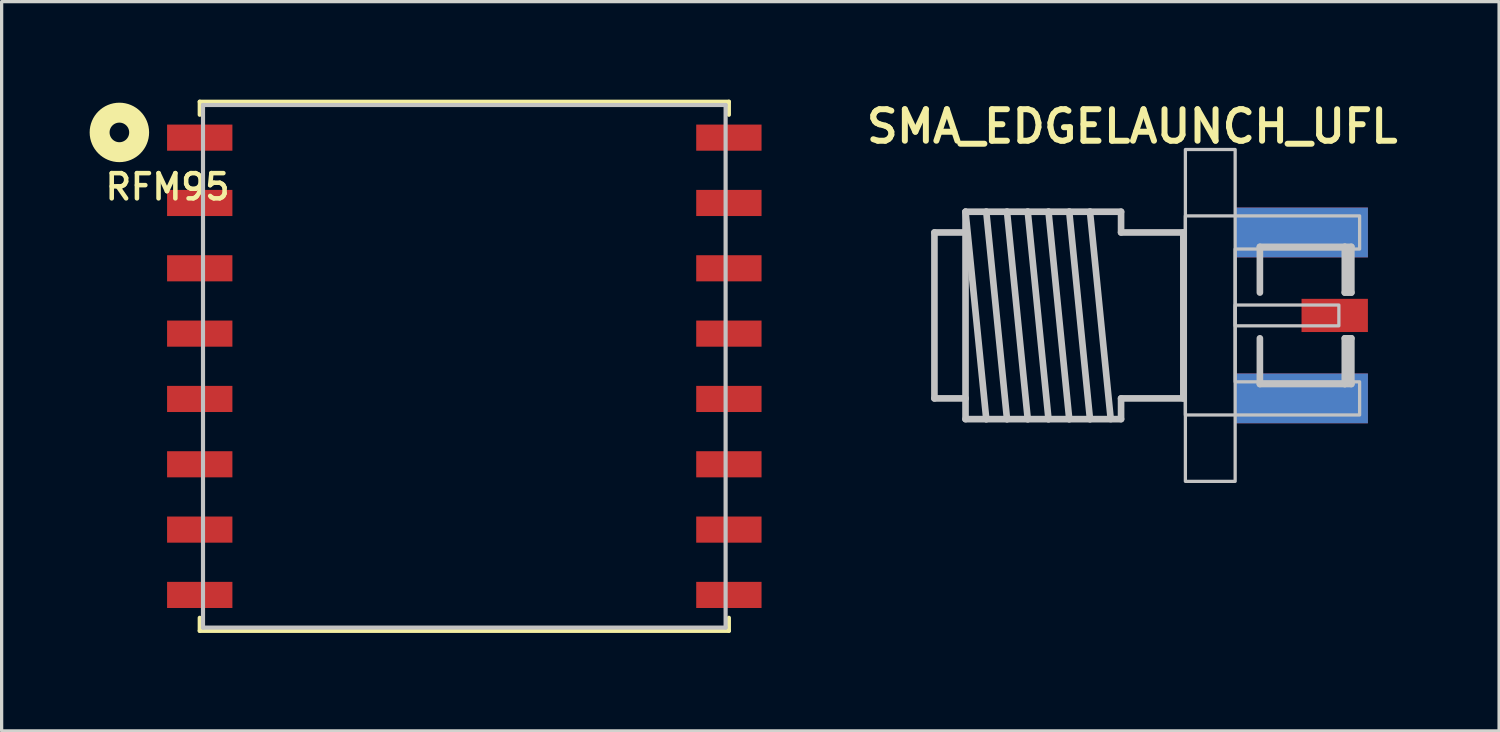
<source format=kicad_pcb>
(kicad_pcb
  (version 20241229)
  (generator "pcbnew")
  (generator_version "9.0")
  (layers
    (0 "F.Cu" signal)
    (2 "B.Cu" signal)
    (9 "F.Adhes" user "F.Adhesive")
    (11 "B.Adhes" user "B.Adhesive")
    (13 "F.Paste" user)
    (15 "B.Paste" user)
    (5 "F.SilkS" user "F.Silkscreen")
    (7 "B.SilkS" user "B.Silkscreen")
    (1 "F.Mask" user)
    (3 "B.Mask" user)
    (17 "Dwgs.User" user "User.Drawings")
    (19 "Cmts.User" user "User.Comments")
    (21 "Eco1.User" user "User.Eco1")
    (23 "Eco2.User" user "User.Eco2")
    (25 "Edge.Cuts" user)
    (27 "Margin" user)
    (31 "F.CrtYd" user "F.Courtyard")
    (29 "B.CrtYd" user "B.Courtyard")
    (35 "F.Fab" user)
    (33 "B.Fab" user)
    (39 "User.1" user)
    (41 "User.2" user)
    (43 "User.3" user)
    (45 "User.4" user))
  (footprint "SMA_EDGELAUNCH_UFL"
    (layer "F.Cu")
    (at 34.765 6.607)
    (property "Reference" "SMA_EDGELAUNCH_UFL" (at 5.08 -6.35 0) (layer "F.SilkS") (effects (font (size 0.965 0.965) (thickness 0.183)) (justify right top)))
    (attr through_hole)
    (fp_poly (pts (xy 0.889 -0.938) (xy 3.226 -0.938) (xy 3.226 -1.853) (xy 0.889 -1.853)) (stroke (width 0) (type solid)) (fill yes) (layer "F.Mask"))
    (fp_poly (pts (xy 0.889 1.853) (xy 3.226 1.853) (xy 3.226 0.938) (xy 0.889 0.938)) (stroke (width 0) (type solid)) (fill yes) (layer "F.Mask"))
    (fp_poly (pts (xy 0.991 -0.989) (xy 3.124 -0.989) (xy 3.124 -1.802) (xy 0.991 -1.802)) (stroke (width 0) (type solid)) (fill yes) (layer "F.Paste"))
    (fp_poly (pts (xy 0.991 1.802) (xy 3.124 1.802) (xy 3.124 0.989) (xy 0.991 0.989)) (stroke (width 0) (type solid)) (fill yes) (layer "F.Paste"))
    (fp_poly (pts (xy 3.2 0.483) (xy 3.962 0.483) (xy 3.962 -0.483) (xy 3.2 -0.483)) (stroke (width 0) (type solid)) (fill yes) (layer "F.Paste"))
    (fp_line (start -9.207 -2.54) (end -8.255 -2.54) (stroke (width 0.203) (type solid)) (layer "Dwgs.User"))
    (fp_line (start -9.207 2.54) (end -9.207 -2.54) (stroke (width 0.203) (type solid)) (layer "Dwgs.User"))
    (fp_line (start -8.255 -3.175) (end -7.62 -3.175) (stroke (width 0.203) (type solid)) (layer "Dwgs.User"))
    (fp_line (start -8.255 -3.175) (end -7.62 3.175) (stroke (width 0.203) (type solid)) (layer "Dwgs.User"))
    (fp_line (start -8.255 -2.54) (end -8.255 -3.175) (stroke (width 0.203) (type solid)) (layer "Dwgs.User"))
    (fp_line (start -8.255 -2.54) (end -8.255 2.54) (stroke (width 0.203) (type solid)) (layer "Dwgs.User"))
    (fp_line (start -8.255 2.54) (end -9.207 2.54) (stroke (width 0.203) (type solid)) (layer "Dwgs.User"))
    (fp_line (start -8.255 3.175) (end -8.255 2.54) (stroke (width 0.203) (type solid)) (layer "Dwgs.User"))
    (fp_line (start -7.62 -3.175) (end -6.985 -3.175) (stroke (width 0.203) (type solid)) (layer "Dwgs.User"))
    (fp_line (start -7.62 -3.175) (end -6.985 3.175) (stroke (width 0.203) (type solid)) (layer "Dwgs.User"))
    (fp_line (start -7.62 3.175) (end -8.255 3.175) (stroke (width 0.203) (type solid)) (layer "Dwgs.User"))
    (fp_line (start -6.985 -3.175) (end -6.35 -3.175) (stroke (width 0.203) (type solid)) (layer "Dwgs.User"))
    (fp_line (start -6.985 -3.175) (end -6.35 3.175) (stroke (width 0.203) (type solid)) (layer "Dwgs.User"))
    (fp_line (start -6.985 3.175) (end -7.62 3.175) (stroke (width 0.203) (type solid)) (layer "Dwgs.User"))
    (fp_line (start -6.35 -3.175) (end -5.715 -3.175) (stroke (width 0.203) (type solid)) (layer "Dwgs.User"))
    (fp_line (start -6.35 -3.175) (end -5.715 3.175) (stroke (width 0.203) (type solid)) (layer "Dwgs.User"))
    (fp_line (start -6.35 3.175) (end -6.985 3.175) (stroke (width 0.203) (type solid)) (layer "Dwgs.User"))
    (fp_line (start -5.715 -3.175) (end -5.08 -3.175) (stroke (width 0.203) (type solid)) (layer "Dwgs.User"))
    (fp_line (start -5.715 -3.175) (end -5.08 3.175) (stroke (width 0.203) (type solid)) (layer "Dwgs.User"))
    (fp_line (start -5.715 3.175) (end -6.35 3.175) (stroke (width 0.203) (type solid)) (layer "Dwgs.User"))
    (fp_line (start -5.08 -3.175) (end -4.445 -3.175) (stroke (width 0.203) (type solid)) (layer "Dwgs.User"))
    (fp_line (start -5.08 -3.175) (end -4.445 3.175) (stroke (width 0.203) (type solid)) (layer "Dwgs.User"))
    (fp_line (start -5.08 3.175) (end -5.715 3.175) (stroke (width 0.203) (type solid)) (layer "Dwgs.User"))
    (fp_line (start -4.445 -3.175) (end -3.81 3.175) (stroke (width 0.203) (type solid)) (layer "Dwgs.User"))
    (fp_line (start -4.445 -3.175) (end -3.493 -3.175) (stroke (width 0.203) (type solid)) (layer "Dwgs.User"))
    (fp_line (start -4.445 3.175) (end -5.08 3.175) (stroke (width 0.203) (type solid)) (layer "Dwgs.User"))
    (fp_line (start -3.493 -3.175) (end -3.493 -2.54) (stroke (width 0.203) (type solid)) (layer "Dwgs.User"))
    (fp_line (start -3.493 -2.54) (end -1.587 -2.54) (stroke (width 0.203) (type solid)) (layer "Dwgs.User"))
    (fp_line (start -3.493 2.54) (end -3.493 3.175) (stroke (width 0.203) (type solid)) (layer "Dwgs.User"))
    (fp_line (start -3.493 3.175) (end -4.445 3.175) (stroke (width 0.203) (type solid)) (layer "Dwgs.User"))
    (fp_line (start -1.587 -2.54) (end -1.587 2.54) (stroke (width 0.203) (type solid)) (layer "Dwgs.User"))
    (fp_line (start -1.587 2.54) (end -3.493 2.54) (stroke (width 0.203) (type solid)) (layer "Dwgs.User"))
    (fp_line (start 0.757 -0.7) (end 0.757 -2.1) (stroke (width 0.203) (type solid)) (layer "Dwgs.User"))
    (fp_line (start 0.757 2.1) (end 0.757 0.7) (stroke (width 0.203) (type solid)) (layer "Dwgs.User"))
    (fp_line (start 0.757 2.1) (end 3.357 2.1) (stroke (width 0.203) (type solid)) (layer "Dwgs.User"))
    (fp_line (start 3.357 -2.1) (end 0.757 -2.1) (stroke (width 0.203) (type solid)) (layer "Dwgs.User"))
    (fp_line (start 3.357 -0.7) (end 3.357 -2.1) (stroke (width 0.203) (type solid)) (layer "Dwgs.User"))
    (fp_line (start 3.357 2.1) (end 3.357 0.7) (stroke (width 0.203) (type solid)) (layer "Dwgs.User"))
    (fp_line (start 3.457 -0.7) (end 3.457 -2) (stroke (width 0.203) (type solid)) (layer "Dwgs.User"))
    (fp_line (start 3.457 2) (end 3.457 0.7) (stroke (width 0.203) (type solid)) (layer "Dwgs.User"))
    (fp_line (start 3.557 -2.1) (end 3.357 -2.1) (stroke (width 0.203) (type solid)) (layer "Dwgs.User"))
    (fp_line (start 3.557 -0.7) (end 3.357 -0.7) (stroke (width 0.203) (type solid)) (layer "Dwgs.User"))
    (fp_line (start 3.557 -0.7) (end 3.557 -2.1) (stroke (width 0.203) (type solid)) (layer "Dwgs.User"))
    (fp_line (start 3.557 0.7) (end 3.357 0.7) (stroke (width 0.203) (type solid)) (layer "Dwgs.User"))
    (fp_line (start 3.557 2.1) (end 3.357 2.1) (stroke (width 0.203) (type solid)) (layer "Dwgs.User"))
    (fp_line (start 3.557 2.1) (end 3.557 0.7) (stroke (width 0.203) (type solid)) (layer "Dwgs.User"))
    (fp_poly (pts (xy -1.524 -5.08) (xy 0 -5.08) (xy 0 5.08) (xy -1.524 5.08)) (stroke (width 0.1) (type solid)) (fill no) (layer "Dwgs.User"))
    (fp_poly (pts (xy 0 0.318) (xy 3.175 0.318) (xy 3.175 -0.318) (xy 0 -0.318)) (stroke (width 0.1) (type solid)) (fill no) (layer "Dwgs.User"))
    (fp_poly (pts (xy -1.524 -3.048) (xy 3.81 -3.048) (xy 3.81 -2.032) (xy 0 -2.032) (xy 0 2.032) (xy 3.81 2.032) (xy 3.81 3.048) (xy -1.524 3.048)) (stroke (width 0.1) (type solid)) (fill no) (layer "Dwgs.User"))
    (pad "1" smd rect (at 3.048 0 90) (size 1.016 2.032) (layers "F.Cu" "F.Mask" "F.Paste"))
    (pad "2" smd rect (at 2.032 2.54 90) (size 1.524 4.064) (layers "F.Cu" "F.Mask" "F.Paste"))
    (pad "3" smd rect (at 2.032 -2.54 90) (size 1.524 4.064) (layers "F.Cu" "F.Mask" "F.Paste"))
    (pad "4" smd rect (at 2.032 -2.54 90) (size 1.524 4.064) (layers "B.Cu" "B.Mask" "B.Paste"))
    (pad "5" smd rect (at 2.032 2.54 90) (size 1.524 4.064) (layers "B.Cu" "B.Mask" "B.Paste")))
  (footprint "RFM95"
    (layer "F.Cu")
    (at 11.165 8.164)
    (property "Reference" "RFM95" (at -11.07 -5.04 0) (layer "F.SilkS") (effects (font (size 0.772 0.772) (thickness 0.139)) (justify left bottom)))
    (attr through_hole)
    (fp_line (start -8.1 -8.1) (end 8.1 -8.1) (stroke (width 0.127) (type solid)) (layer "F.SilkS"))
    (fp_line (start -8.1 -7.7) (end -8.1 -8.1) (stroke (width 0.127) (type solid)) (layer "F.SilkS"))
    (fp_line (start -8.1 7.7) (end -8.1 8.1) (stroke (width 0.127) (type solid)) (layer "F.SilkS"))
    (fp_line (start -8.1 8.1) (end 8.1 8.1) (stroke (width 0.127) (type solid)) (layer "F.SilkS"))
    (fp_line (start 8.1 -8.1) (end 8.1 -7.7) (stroke (width 0.127) (type solid)) (layer "F.SilkS"))
    (fp_line (start 8.1 8.1) (end 8.1 7.7) (stroke (width 0.127) (type solid)) (layer "F.SilkS"))
    (fp_circle (center -10.56 -7.16) (end -10.26 -7.16) (stroke (width 0.61) (type solid)) (fill no) (layer "F.SilkS"))
    (fp_line (start -8 -8) (end 8 -8) (stroke (width 0.127) (type solid)) (layer "Dwgs.User"))
    (fp_line (start -8 8) (end -8 -8) (stroke (width 0.127) (type solid)) (layer "Dwgs.User"))
    (fp_line (start 8 -8) (end 8 8) (stroke (width 0.127) (type solid)) (layer "Dwgs.User"))
    (fp_line (start 8 8) (end -8 8) (stroke (width 0.127) (type solid)) (layer "Dwgs.User"))
    (pad "1" smd rect (at -8.1 -7) (size 2 0.8) (layers "F.Cu" "F.Mask" "F.Paste"))
    (pad "2" smd rect (at -8.1 -5) (size 2 0.8) (layers "F.Cu" "F.Mask" "F.Paste"))
    (pad "3" smd rect (at -8.1 -3) (size 2 0.8) (layers "F.Cu" "F.Mask" "F.Paste"))
    (pad "4" smd rect (at -8.1 -1) (size 2 0.8) (layers "F.Cu" "F.Mask" "F.Paste"))
    (pad "5" smd rect (at -8.1 1) (size 2 0.8) (layers "F.Cu" "F.Mask" "F.Paste"))
    (pad "6" smd rect (at -8.1 3) (size 2 0.8) (layers "F.Cu" "F.Mask" "F.Paste"))
    (pad "7" smd rect (at -8.1 5) (size 2 0.8) (layers "F.Cu" "F.Mask" "F.Paste"))
    (pad "8" smd rect (at -8.1 7 180) (size 2 0.8) (layers "F.Cu" "F.Mask" "F.Paste"))
    (pad "9" smd rect (at 8.1 7 180) (size 2 0.8) (layers "F.Cu" "F.Mask" "F.Paste"))
    (pad "10" smd rect (at 8.1 5 180) (size 2 0.8) (layers "F.Cu" "F.Mask" "F.Paste"))
    (pad "11" smd rect (at 8.1 3 180) (size 2 0.8) (layers "F.Cu" "F.Mask" "F.Paste"))
    (pad "12" smd rect (at 8.1 1 180) (size 2 0.8) (layers "F.Cu" "F.Mask" "F.Paste"))
    (pad "13" smd rect (at 8.1 -1 180) (size 2 0.8) (layers "F.Cu" "F.Mask" "F.Paste"))
    (pad "14" smd rect (at 8.1 -3 180) (size 2 0.8) (layers "F.Cu" "F.Mask" "F.Paste"))
    (pad "15" smd rect (at 8.1 -5 180) (size 2 0.8) (layers "F.Cu" "F.Mask" "F.Paste"))
    (pad "16" smd rect (at 8.1 -7 180) (size 2 0.8) (layers "F.Cu" "F.Mask" "F.Paste")))
  (gr_rect
    (start -3 -3)
    (end 42.845 19.327)
    (stroke (width 0.1) (type default))
    (fill no)
    (layer "Edge.Cuts")))
</source>
